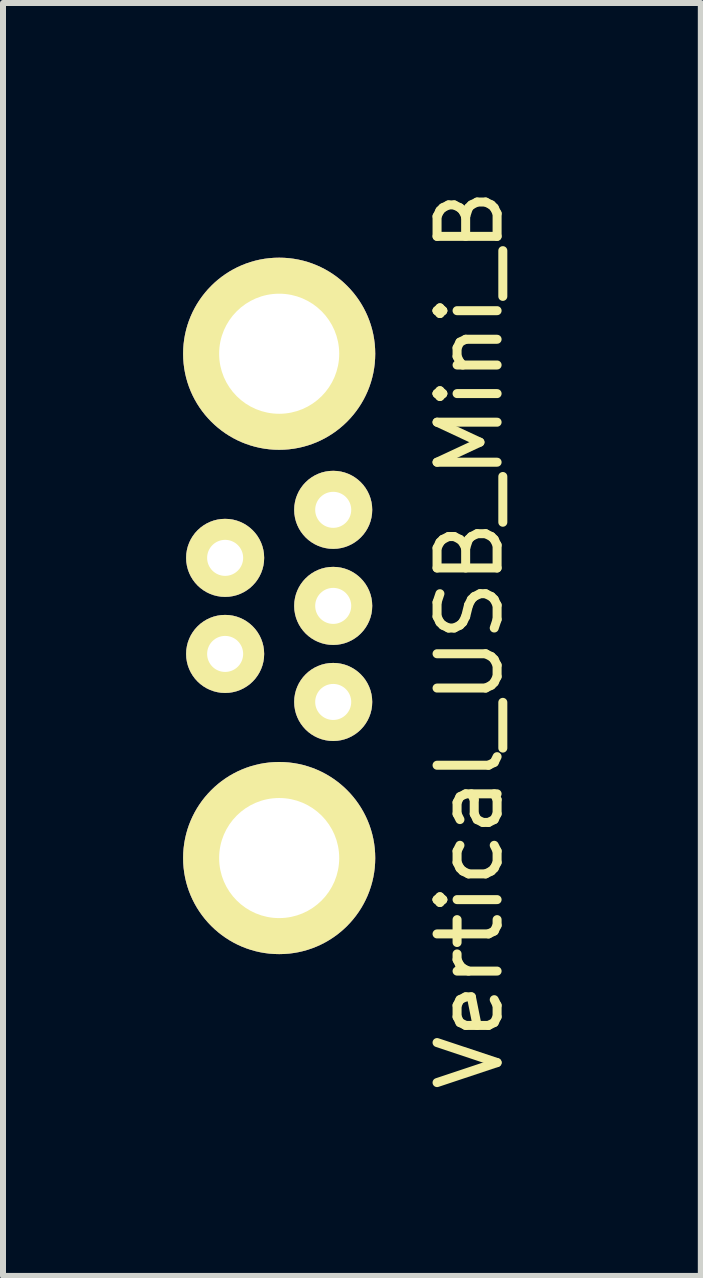
<source format=kicad_pcb>
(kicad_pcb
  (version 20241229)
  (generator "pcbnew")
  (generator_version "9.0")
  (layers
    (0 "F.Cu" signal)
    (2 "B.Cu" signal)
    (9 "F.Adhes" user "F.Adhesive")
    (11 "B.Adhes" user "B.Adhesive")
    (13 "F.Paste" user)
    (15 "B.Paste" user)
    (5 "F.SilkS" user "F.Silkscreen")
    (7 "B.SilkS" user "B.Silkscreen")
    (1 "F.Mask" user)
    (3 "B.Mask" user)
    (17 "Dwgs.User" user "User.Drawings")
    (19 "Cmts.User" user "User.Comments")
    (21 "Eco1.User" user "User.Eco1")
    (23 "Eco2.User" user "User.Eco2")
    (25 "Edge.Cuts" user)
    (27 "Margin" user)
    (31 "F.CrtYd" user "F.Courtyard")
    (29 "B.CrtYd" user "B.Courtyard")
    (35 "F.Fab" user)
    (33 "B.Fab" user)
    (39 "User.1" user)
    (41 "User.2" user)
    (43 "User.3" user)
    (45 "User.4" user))
  (footprint "Vertical_USB_Mini_B"
    (layer "F.Cu")
    (at 1.6 7.042)
    (property "Reference" "Vertical_USB_Mini_B" (at 3.175 0.559 90) (layer "F.SilkS") (effects (font (size 1 1) (thickness 0.15))))
    (attr through_hole)
    (pad "1" thru_hole circle (at 0.9 1.6) (size 1.3 1.3) (drill 0.6) (layers "*.Cu" "*.Mask" "F.SilkS"))
    (pad "2" thru_hole circle (at -0.9 0.8) (size 1.3 1.3) (drill 0.6) (layers "*.Cu" "*.Mask" "F.SilkS"))
    (pad "3" thru_hole circle (at 0.9 0) (size 1.3 1.3) (drill 0.6) (layers "*.Cu" "*.Mask" "F.SilkS"))
    (pad "4" thru_hole circle (at -0.9 -0.8) (size 1.3 1.3) (drill 0.6) (layers "*.Cu" "*.Mask" "F.SilkS"))
    (pad "5" thru_hole circle (at 0.9 -1.6) (size 1.3 1.3) (drill 0.6) (layers "*.Cu" "*.Mask" "F.SilkS"))
    (pad "6" thru_hole circle (at 0 -4.2) (size 3.2 3.2) (drill 2) (layers "*.Cu" "*.Mask" "F.SilkS"))
    (pad "7" thru_hole circle (at 0 4.2) (size 3.2 3.2) (drill 2) (layers "*.Cu" "*.Mask" "F.SilkS")))
  (gr_rect
    (start -3 -3)
    (end 8.623 18.202)
    (stroke (width 0.1) (type default))
    (fill no)
    (layer "Edge.Cuts")))
</source>
